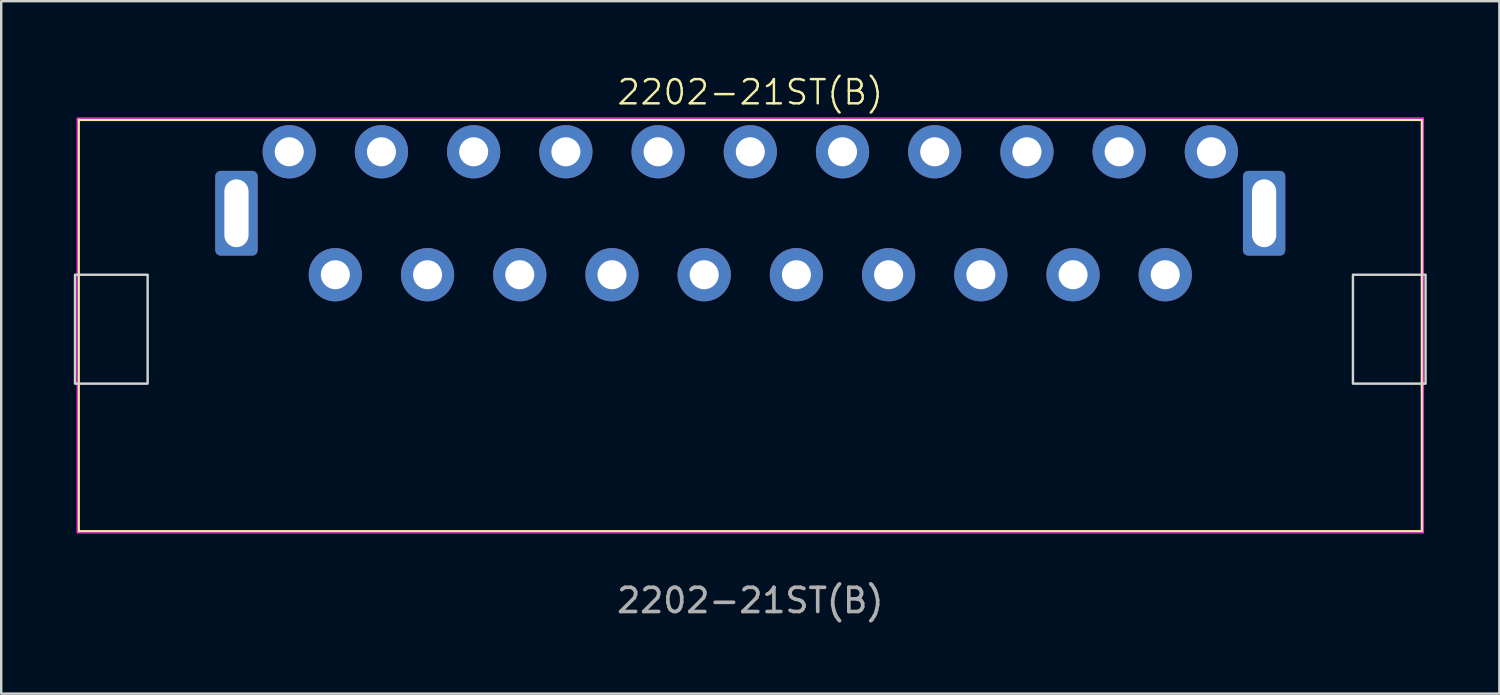
<source format=kicad_pcb>
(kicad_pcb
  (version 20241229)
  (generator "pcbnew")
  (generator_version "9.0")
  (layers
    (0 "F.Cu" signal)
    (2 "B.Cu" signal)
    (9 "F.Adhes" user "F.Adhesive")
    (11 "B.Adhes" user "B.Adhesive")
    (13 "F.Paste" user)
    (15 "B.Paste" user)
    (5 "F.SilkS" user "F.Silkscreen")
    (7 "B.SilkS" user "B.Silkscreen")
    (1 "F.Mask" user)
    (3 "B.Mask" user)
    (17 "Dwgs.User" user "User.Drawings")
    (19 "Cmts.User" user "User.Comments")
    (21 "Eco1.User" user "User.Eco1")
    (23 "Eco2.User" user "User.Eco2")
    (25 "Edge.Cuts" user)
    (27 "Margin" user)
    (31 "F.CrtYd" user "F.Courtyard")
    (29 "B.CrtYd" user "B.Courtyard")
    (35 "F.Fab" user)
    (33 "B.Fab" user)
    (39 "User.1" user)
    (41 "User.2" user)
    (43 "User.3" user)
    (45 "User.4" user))
  (footprint "2202-21ST(B)"
    (layer "F.Cu")
    (at 27.95 5.761)
    (property "Reference" "2202-21ST(B)" (at 0 -5 0) (unlocked yes) (layer "F.SilkS") (effects (font (size 1 1) (thickness 0.1))))
    (attr through_hole)
    (fp_line (start -27.75 -3.86) (end -27.75 13.14) (stroke (width 0.1) (type default)) (layer "F.SilkS"))
    (fp_line (start -27.75 -3.86) (end 27.75 -3.86) (stroke (width 0.1) (type default)) (layer "F.SilkS"))
    (fp_line (start -27.75 13.14) (end 27.75 13.14) (stroke (width 0.1) (type default)) (layer "F.SilkS"))
    (fp_line (start 27.75 -3.86) (end 27.75 13.14) (stroke (width 0.1) (type default)) (layer "F.SilkS"))
    (fp_rect (start -27.9 2.54) (end -24.9 7.04) (stroke (width 0.1) (type default)) (fill no) (layer "Edge.Cuts"))
    (fp_rect (start 24.9 2.54) (end 27.9 7.04) (stroke (width 0.1) (type default)) (fill no) (layer "Edge.Cuts"))
    (fp_rect (start -27.813 -3.937) (end 27.813 13.208) (stroke (width 0.05) (type default)) (fill no) (layer "F.CrtYd"))
    (fp_text user "${REFERENCE}" (at 0 16 0) (unlocked yes) (layer "F.Fab") (effects (font (size 1 1) (thickness 0.15))))
    (pad "1" thru_hole circle (at 19.05 -2.54) (size 2.2 2.2) (drill 1.2) (layers "*.Cu" "*.Mask"))
    (pad "2" thru_hole circle (at 17.145 2.54) (size 2.2 2.2) (drill 1.2) (layers "*.Cu" "*.Mask"))
    (pad "3" thru_hole circle (at 15.24 -2.54) (size 2.2 2.2) (drill 1.2) (layers "*.Cu" "*.Mask"))
    (pad "4" thru_hole circle (at 13.335 2.54) (size 2.2 2.2) (drill 1.2) (layers "*.Cu" "*.Mask"))
    (pad "5" thru_hole circle (at 11.43 -2.54) (size 2.2 2.2) (drill 1.2) (layers "*.Cu" "*.Mask"))
    (pad "6" thru_hole circle (at 9.525 2.54) (size 2.2 2.2) (drill 1.2) (layers "*.Cu" "*.Mask"))
    (pad "7" thru_hole circle (at 7.62 -2.54) (size 2.2 2.2) (drill 1.2) (layers "*.Cu" "*.Mask"))
    (pad "8" thru_hole circle (at 5.715 2.54) (size 2.2 2.2) (drill 1.2) (layers "*.Cu" "*.Mask"))
    (pad "9" thru_hole circle (at 3.81 -2.54) (size 2.2 2.2) (drill 1.2) (layers "*.Cu" "*.Mask"))
    (pad "10" thru_hole circle (at 1.905 2.54) (size 2.2 2.2) (drill 1.2) (layers "*.Cu" "*.Mask"))
    (pad "11" thru_hole circle (at 0 -2.54) (size 2.2 2.2) (drill 1.2) (layers "*.Cu" "*.Mask"))
    (pad "12" thru_hole circle (at -1.905 2.54) (size 2.2 2.2) (drill 1.2) (layers "*.Cu" "*.Mask"))
    (pad "13" thru_hole circle (at -3.81 -2.54) (size 2.2 2.2) (drill 1.2) (layers "*.Cu" "*.Mask"))
    (pad "14" thru_hole circle (at -5.715 2.54) (size 2.2 2.2) (drill 1.2) (layers "*.Cu" "*.Mask"))
    (pad "15" thru_hole circle (at -7.62 -2.54) (size 2.2 2.2) (drill 1.2) (layers "*.Cu" "*.Mask"))
    (pad "16" thru_hole circle (at -9.525 2.54) (size 2.2 2.2) (drill 1.2) (layers "*.Cu" "*.Mask"))
    (pad "17" thru_hole circle (at -11.43 -2.54) (size 2.2 2.2) (drill 1.2) (layers "*.Cu" "*.Mask"))
    (pad "18" thru_hole circle (at -13.335 2.54) (size 2.2 2.2) (drill 1.2) (layers "*.Cu" "*.Mask"))
    (pad "19" thru_hole circle (at -15.24 -2.54) (size 2.2 2.2) (drill 1.2) (layers "*.Cu" "*.Mask"))
    (pad "20" thru_hole circle (at -17.145 2.54) (size 2.2 2.2) (drill 1.2) (layers "*.Cu" "*.Mask"))
    (pad "21" thru_hole circle (at -19.05 -2.54) (size 2.2 2.2) (drill 1.2) (layers "*.Cu" "*.Mask"))
    (pad "22" thru_hole roundrect (at -21.23 0) (size 1.75 3.5) (drill oval 1 2.8) (layers "*.Cu" "*.Mask") (roundrect_rratio 0.125))
    (pad "22" thru_hole roundrect (at 21.23 0) (size 1.75 3.5) (drill oval 1 2.8) (layers "*.Cu" "*.Mask") (roundrect_rratio 0.125)))
  (gr_rect
    (start -3 -3)
    (end 58.9 25.609)
    (stroke (width 0.1) (type default))
    (fill no)
    (layer "Edge.Cuts")))
</source>
